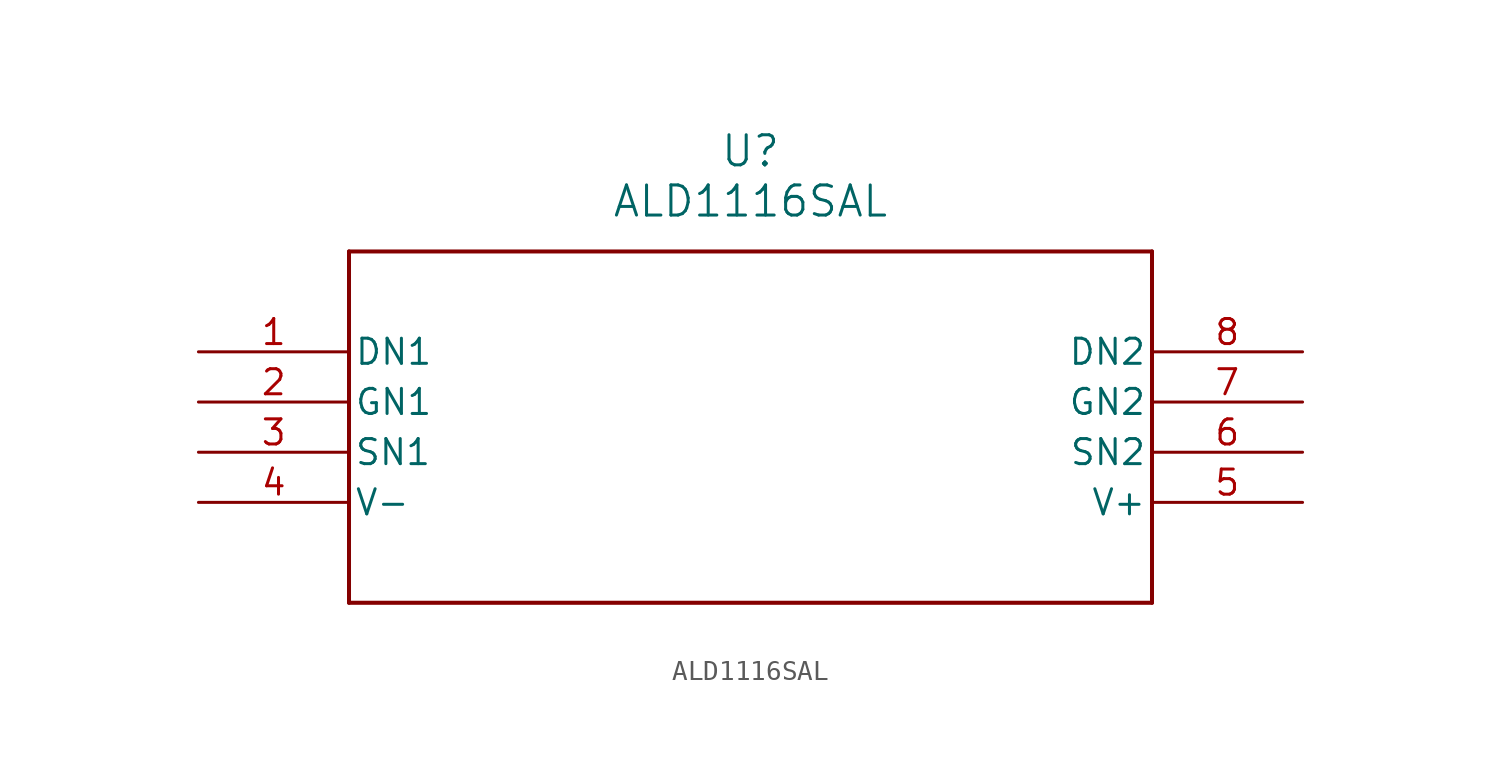
<source format=kicad_sym>
(kicad_symbol_lib
  (version 20211014)
  (generator kicad_symbol_editor)
  (symbol "ALD1116SAL"
    (pin_names
      (offset 0.254))
    (property "Reference" "U"
      (at 27.94 10.16 0)
      (effects (font (size 1.524 1.524))))
    (property "Value" "ALD1116SAL"
      (at 27.94 7.62 0)
      (effects (font (size 1.524 1.524))))
    (symbol "ALD1116SAL_0_1"
      (polyline (pts (xy 7.62 5.08) (xy 7.62 -12.7)) (stroke (width 0.203) (type default) (color 0 0 0 0)) (fill (type none)))
      (polyline (pts (xy 7.62 -12.7) (xy 48.26 -12.7)) (stroke (width 0.203) (type default) (color 0 0 0 0)) (fill (type none)))
      (polyline (pts (xy 48.26 -12.7) (xy 48.26 5.08)) (stroke (width 0.203) (type default) (color 0 0 0 0)) (fill (type none)))
      (polyline (pts (xy 48.26 5.08) (xy 7.62 5.08)) (stroke (width 0.203) (type default) (color 0 0 0 0)) (fill (type none)))
      (pin unspecified line (at 0 0 0) (length 7.62) (name "DN1" (effects (font (size 1.27 1.27)))) (number "1" (effects (font (size 1.27 1.27)))))
      (pin unspecified line (at 0 -2.54 0) (length 7.62) (name "GN1" (effects (font (size 1.27 1.27)))) (number "2" (effects (font (size 1.27 1.27)))))
      (pin unspecified line (at 0 -5.08 0) (length 7.62) (name "SN1" (effects (font (size 1.27 1.27)))) (number "3" (effects (font (size 1.27 1.27)))))
      (pin power_in line (at 0 -7.62 0) (length 7.62) (name "V-" (effects (font (size 1.27 1.27)))) (number "4" (effects (font (size 1.27 1.27)))))
      (pin power_in line (at 55.88 -7.62 180) (length 7.62) (name "V+" (effects (font (size 1.27 1.27)))) (number "5" (effects (font (size 1.27 1.27)))))
      (pin unspecified line (at 55.88 -5.08 180) (length 7.62) (name "SN2" (effects (font (size 1.27 1.27)))) (number "6" (effects (font (size 1.27 1.27)))))
      (pin unspecified line (at 55.88 -2.54 180) (length 7.62) (name "GN2" (effects (font (size 1.27 1.27)))) (number "7" (effects (font (size 1.27 1.27)))))
      (pin unspecified line (at 55.88 0 180) (length 7.62) (name "DN2" (effects (font (size 1.27 1.27)))) (number "8" (effects (font (size 1.27 1.27))))))))
</source>
